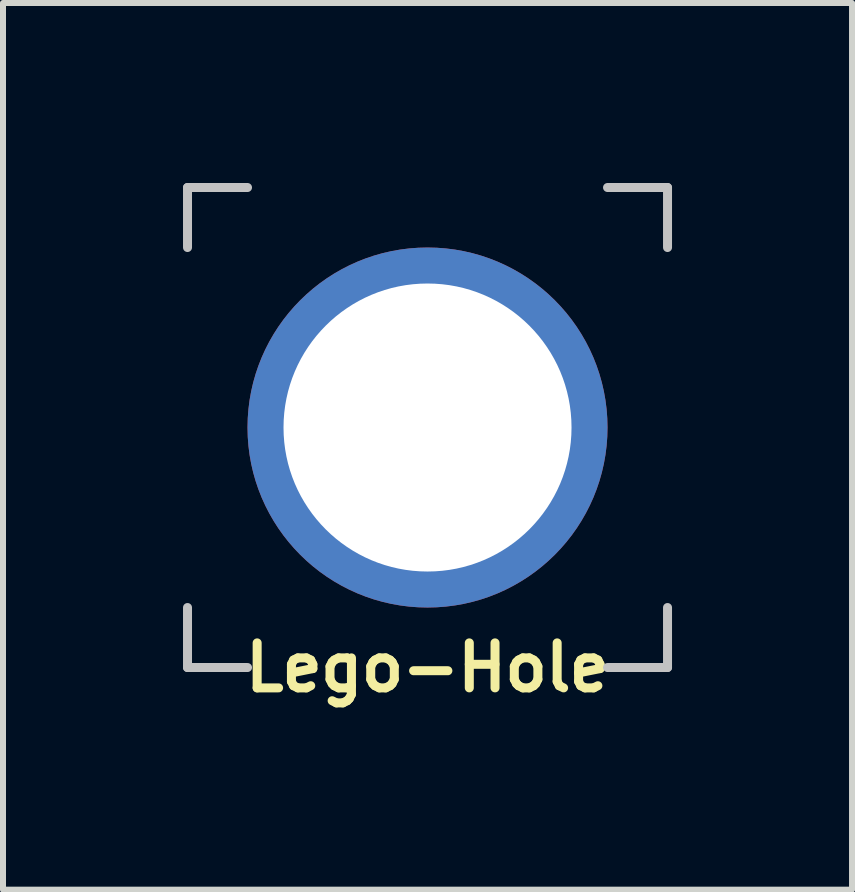
<source format=kicad_pcb>
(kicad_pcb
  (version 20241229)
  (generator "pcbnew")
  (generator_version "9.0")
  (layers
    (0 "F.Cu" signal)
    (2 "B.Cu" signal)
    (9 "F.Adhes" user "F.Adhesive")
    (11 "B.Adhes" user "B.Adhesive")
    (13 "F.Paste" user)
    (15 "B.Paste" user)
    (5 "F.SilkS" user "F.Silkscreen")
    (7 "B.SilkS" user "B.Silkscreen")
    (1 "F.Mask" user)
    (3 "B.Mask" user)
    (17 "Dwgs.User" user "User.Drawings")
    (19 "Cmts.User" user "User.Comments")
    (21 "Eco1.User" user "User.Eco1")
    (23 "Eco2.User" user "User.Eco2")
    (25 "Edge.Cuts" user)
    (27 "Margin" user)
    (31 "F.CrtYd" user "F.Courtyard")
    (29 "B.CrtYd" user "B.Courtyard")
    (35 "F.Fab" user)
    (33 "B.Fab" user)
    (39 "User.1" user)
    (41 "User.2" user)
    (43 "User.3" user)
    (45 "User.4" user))
  (footprint "Lego-Hole"
    (layer "F.Cu")
    (at 4.075 4.075)
    (property "Reference" "Lego-Hole" (at 0 4 0) (layer "F.SilkS") (effects (font (size 0.75 0.75) (thickness 0.15))))
    (attr through_hole)
    (fp_line (start -4 -4) (end -3 -4) (stroke (width 0.15) (type solid)) (layer "Dwgs.User"))
    (fp_line (start -4 -3) (end -4 -4) (stroke (width 0.15) (type solid)) (layer "Dwgs.User"))
    (fp_line (start -4 3) (end -4 4) (stroke (width 0.15) (type solid)) (layer "Dwgs.User"))
    (fp_line (start -4 4) (end -3 4) (stroke (width 0.15) (type solid)) (layer "Dwgs.User"))
    (fp_line (start 3 4) (end 4 4) (stroke (width 0.15) (type solid)) (layer "Dwgs.User"))
    (fp_line (start 4 -4) (end 3 -4) (stroke (width 0.15) (type solid)) (layer "Dwgs.User"))
    (fp_line (start 4 -3) (end 4 -4) (stroke (width 0.15) (type solid)) (layer "Dwgs.User"))
    (fp_line (start 4 4) (end 4 3) (stroke (width 0.15) (type solid)) (layer "Dwgs.User"))
    (pad "" np_thru_hole circle (at 0 0) (size 6 6) (drill 4.8) (layers "*.Cu" "*.Mask")))
  (gr_rect
    (start -3 -3)
    (end 11.15 11.777)
    (stroke (width 0.1) (type default))
    (fill no)
    (layer "Edge.Cuts")))
</source>
